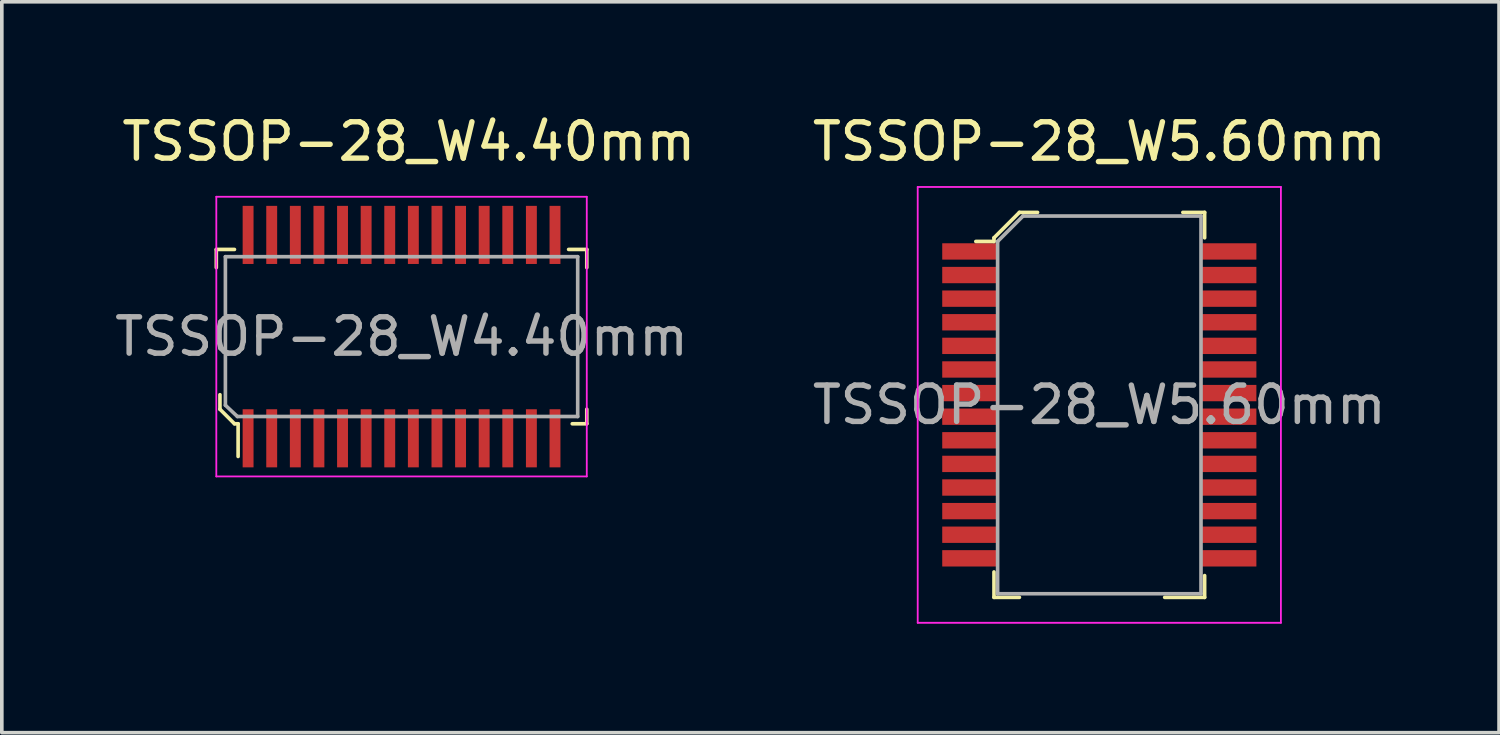
<source format=kicad_pcb>
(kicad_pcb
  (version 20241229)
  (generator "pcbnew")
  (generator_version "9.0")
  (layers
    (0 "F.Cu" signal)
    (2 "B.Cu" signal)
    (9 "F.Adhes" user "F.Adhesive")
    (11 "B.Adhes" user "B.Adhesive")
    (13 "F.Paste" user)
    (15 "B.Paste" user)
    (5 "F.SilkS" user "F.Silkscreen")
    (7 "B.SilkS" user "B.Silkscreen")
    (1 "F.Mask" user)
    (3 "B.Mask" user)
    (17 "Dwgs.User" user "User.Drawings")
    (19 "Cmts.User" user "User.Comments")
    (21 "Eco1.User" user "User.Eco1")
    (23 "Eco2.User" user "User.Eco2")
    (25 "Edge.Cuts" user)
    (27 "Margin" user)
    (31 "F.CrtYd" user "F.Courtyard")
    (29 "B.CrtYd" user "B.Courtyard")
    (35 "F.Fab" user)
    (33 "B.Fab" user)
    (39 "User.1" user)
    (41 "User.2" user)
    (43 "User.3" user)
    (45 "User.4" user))
  (footprint "TSSOP-28_W4.40mm"
    (layer "F.Cu")
    (at 8.006 6.218)
    (property "Reference" "TSSOP-28_W4.40mm" (at 0.2 -5.37 0) (layer "F.SilkS") (effects (font (size 1 1) (thickness 0.15))))
    (attr smd)
    (fp_line (start -5.1 -2.4) (end -5.1 -1.9) (stroke (width 0.1) (type solid)) (layer "F.SilkS"))
    (fp_line (start -5 1.6) (end -5 2) (stroke (width 0.1) (type solid)) (layer "F.SilkS"))
    (fp_line (start -5 2) (end -4.6 2.4) (stroke (width 0.1) (type solid)) (layer "F.SilkS"))
    (fp_line (start -4.6 -2.4) (end -5.1 -2.4) (stroke (width 0.1) (type solid)) (layer "F.SilkS"))
    (fp_line (start -4.6 2.4) (end -4.5 2.4) (stroke (width 0.1) (type solid)) (layer "F.SilkS"))
    (fp_line (start -4.5 2.4) (end -4.5 3.3) (stroke (width 0.1) (type solid)) (layer "F.SilkS"))
    (fp_line (start 4.6 -2.4) (end 5.1 -2.4) (stroke (width 0.1) (type solid)) (layer "F.SilkS"))
    (fp_line (start 5.1 -2.4) (end 5.1 -1.9) (stroke (width 0.1) (type solid)) (layer "F.SilkS"))
    (fp_line (start 5.1 2) (end 5.1 2.4) (stroke (width 0.1) (type solid)) (layer "F.SilkS"))
    (fp_line (start 5.1 2.4) (end 4.7 2.4) (stroke (width 0.1) (type solid)) (layer "F.SilkS"))
    (fp_line (start -5.1 -3.85) (end -5.1 3.85) (stroke (width 0.05) (type solid)) (layer "F.CrtYd"))
    (fp_line (start -5.1 -3.85) (end 5.1 -3.85) (stroke (width 0.05) (type solid)) (layer "F.CrtYd"))
    (fp_line (start -5.1 3.85) (end 5.1 3.85) (stroke (width 0.05) (type solid)) (layer "F.CrtYd"))
    (fp_line (start 5.1 -3.85) (end 5.1 3.85) (stroke (width 0.05) (type solid)) (layer "F.CrtYd"))
    (fp_line (start -4.85 -2.2) (end 4.85 -2.2) (stroke (width 0.1) (type solid)) (layer "F.Fab"))
    (fp_line (start -4.85 1.89) (end -4.85 -2.2) (stroke (width 0.1) (type solid)) (layer "F.Fab"))
    (fp_line (start -4.85 1.89) (end -4.52 2.2) (stroke (width 0.1) (type solid)) (layer "F.Fab"))
    (fp_line (start -4.52 2.2) (end 4.85 2.2) (stroke (width 0.1) (type solid)) (layer "F.Fab"))
    (fp_line (start 4.85 -2.2) (end 4.85 2.2) (stroke (width 0.1) (type solid)) (layer "F.Fab"))
    (fp_text user "${REFERENCE}" (at 0 0 0) (layer "F.Fab") (effects (font (size 1 1) (thickness 0.15))))
    (pad "1" smd rect (at -4.225 2.8) (size 0.3 1.6) (layers "F.Cu" "F.Mask" "F.Paste"))
    (pad "2" smd rect (at -3.575 2.8) (size 0.3 1.6) (layers "F.Cu" "F.Mask" "F.Paste"))
    (pad "3" smd rect (at -2.925 2.8) (size 0.3 1.6) (layers "F.Cu" "F.Mask" "F.Paste"))
    (pad "4" smd rect (at -2.275 2.8) (size 0.3 1.6) (layers "F.Cu" "F.Mask" "F.Paste"))
    (pad "5" smd rect (at -1.625 2.8) (size 0.3 1.6) (layers "F.Cu" "F.Mask" "F.Paste"))
    (pad "6" smd rect (at -0.975 2.8) (size 0.3 1.6) (layers "F.Cu" "F.Mask" "F.Paste"))
    (pad "7" smd rect (at -0.325 2.8) (size 0.3 1.6) (layers "F.Cu" "F.Mask" "F.Paste"))
    (pad "8" smd rect (at 0.325 2.8) (size 0.3 1.6) (layers "F.Cu" "F.Mask" "F.Paste"))
    (pad "9" smd rect (at 0.975 2.8) (size 0.3 1.6) (layers "F.Cu" "F.Mask" "F.Paste"))
    (pad "10" smd rect (at 1.625 2.8) (size 0.3 1.6) (layers "F.Cu" "F.Mask" "F.Paste"))
    (pad "11" smd rect (at 2.275 2.8) (size 0.3 1.6) (layers "F.Cu" "F.Mask" "F.Paste"))
    (pad "12" smd rect (at 2.925 2.8) (size 0.3 1.6) (layers "F.Cu" "F.Mask" "F.Paste"))
    (pad "13" smd rect (at 3.575 2.8) (size 0.3 1.6) (layers "F.Cu" "F.Mask" "F.Paste"))
    (pad "14" smd rect (at 4.225 2.8) (size 0.3 1.6) (layers "F.Cu" "F.Mask" "F.Paste"))
    (pad "15" smd rect (at 4.225 -2.8) (size 0.3 1.6) (layers "F.Cu" "F.Mask" "F.Paste"))
    (pad "16" smd rect (at 3.575 -2.8) (size 0.3 1.6) (layers "F.Cu" "F.Mask" "F.Paste"))
    (pad "17" smd rect (at 2.925 -2.8) (size 0.3 1.6) (layers "F.Cu" "F.Mask" "F.Paste"))
    (pad "18" smd rect (at 2.275 -2.8) (size 0.3 1.6) (layers "F.Cu" "F.Mask" "F.Paste"))
    (pad "19" smd rect (at 1.625 -2.8) (size 0.3 1.6) (layers "F.Cu" "F.Mask" "F.Paste"))
    (pad "20" smd rect (at 0.975 -2.8) (size 0.3 1.6) (layers "F.Cu" "F.Mask" "F.Paste"))
    (pad "21" smd rect (at 0.325 -2.8) (size 0.3 1.6) (layers "F.Cu" "F.Mask" "F.Paste"))
    (pad "22" smd rect (at -0.325 -2.8) (size 0.3 1.6) (layers "F.Cu" "F.Mask" "F.Paste"))
    (pad "23" smd rect (at -0.975 -2.8) (size 0.3 1.6) (layers "F.Cu" "F.Mask" "F.Paste"))
    (pad "24" smd rect (at -1.625 -2.8) (size 0.3 1.6) (layers "F.Cu" "F.Mask" "F.Paste"))
    (pad "25" smd rect (at -2.275 -2.8) (size 0.3 1.6) (layers "F.Cu" "F.Mask" "F.Paste"))
    (pad "26" smd rect (at -2.925 -2.8) (size 0.3 1.6) (layers "F.Cu" "F.Mask" "F.Paste"))
    (pad "27" smd rect (at -3.575 -2.8) (size 0.3 1.6) (layers "F.Cu" "F.Mask" "F.Paste"))
    (pad "28" smd rect (at -4.225 -2.8) (size 0.3 1.6) (layers "F.Cu" "F.Mask" "F.Paste")))
  (footprint "TSSOP-28_W5.60mm"
    (layer "F.Cu")
    (at 27.218 8.098)
    (property "Reference" "TSSOP-28_W5.60mm" (at 0 -7.25 0) (layer "F.SilkS") (effects (font (size 1 1) (thickness 0.15))))
    (attr through_hole)
    (fp_line (start -2.9 -4.6) (end -2.9 -4.5) (stroke (width 0.1) (type solid)) (layer "F.SilkS"))
    (fp_line (start -2.9 -4.5) (end -3.4 -4.5) (stroke (width 0.1) (type solid)) (layer "F.SilkS"))
    (fp_line (start -2.9 4.6) (end -2.9 5.3) (stroke (width 0.1) (type solid)) (layer "F.SilkS"))
    (fp_line (start -2.9 5.3) (end -2.2 5.3) (stroke (width 0.1) (type solid)) (layer "F.SilkS"))
    (fp_line (start -2.2 -5.3) (end -2.9 -4.6) (stroke (width 0.1) (type solid)) (layer "F.SilkS"))
    (fp_line (start -1.7 -5.3) (end -2.2 -5.3) (stroke (width 0.1) (type solid)) (layer "F.SilkS"))
    (fp_line (start 2.3 -5.3) (end 2.9 -5.3) (stroke (width 0.1) (type solid)) (layer "F.SilkS"))
    (fp_line (start 2.9 -5.3) (end 2.9 -4.6) (stroke (width 0.1) (type solid)) (layer "F.SilkS"))
    (fp_line (start 2.9 4.7) (end 2.9 5.3) (stroke (width 0.1) (type solid)) (layer "F.SilkS"))
    (fp_line (start 2.9 5.3) (end 1.8 5.3) (stroke (width 0.1) (type solid)) (layer "F.SilkS"))
    (fp_line (start -5 -6) (end -5 6) (stroke (width 0.05) (type solid)) (layer "F.CrtYd"))
    (fp_line (start -5 -6) (end 5 -6) (stroke (width 0.05) (type solid)) (layer "F.CrtYd"))
    (fp_line (start -5 6) (end 5 6) (stroke (width 0.05) (type solid)) (layer "F.CrtYd"))
    (fp_line (start 5 -6) (end 5 6) (stroke (width 0.05) (type solid)) (layer "F.CrtYd"))
    (fp_line (start -2.8 -4.5) (end -2.8 5.2) (stroke (width 0.1) (type solid)) (layer "F.Fab"))
    (fp_line (start -2.8 -4.5) (end -2.1 -5.2) (stroke (width 0.1) (type solid)) (layer "F.Fab"))
    (fp_line (start -2.8 5.2) (end 2.8 5.2) (stroke (width 0.1) (type solid)) (layer "F.Fab"))
    (fp_line (start 2.8 -5.2) (end -2.1 -5.2) (stroke (width 0.1) (type solid)) (layer "F.Fab"))
    (fp_line (start 2.8 -5.2) (end 2.8 5.2) (stroke (width 0.1) (type solid)) (layer "F.Fab"))
    (fp_text user "${REFERENCE}" (at 0 0 0) (layer "F.Fab") (effects (font (size 1 1) (thickness 0.15))))
    (pad "1" smd rect (at -3.575 -4.225) (size 1.5 0.45) (layers "F.Cu" "F.Mask" "F.Paste"))
    (pad "2" smd rect (at -3.575 -3.575) (size 1.5 0.45) (layers "F.Cu" "F.Mask" "F.Paste"))
    (pad "3" smd rect (at -3.575 -2.925) (size 1.5 0.45) (layers "F.Cu" "F.Mask" "F.Paste"))
    (pad "4" smd rect (at -3.575 -2.275) (size 1.5 0.45) (layers "F.Cu" "F.Mask" "F.Paste"))
    (pad "5" smd rect (at -3.575 -1.625) (size 1.5 0.45) (layers "F.Cu" "F.Mask" "F.Paste"))
    (pad "6" smd rect (at -3.575 -0.975) (size 1.5 0.45) (layers "F.Cu" "F.Mask" "F.Paste"))
    (pad "7" smd rect (at -3.575 -0.325) (size 1.5 0.45) (layers "F.Cu" "F.Mask" "F.Paste"))
    (pad "8" smd rect (at -3.575 0.325) (size 1.5 0.45) (layers "F.Cu" "F.Mask" "F.Paste"))
    (pad "9" smd rect (at -3.575 0.975) (size 1.5 0.45) (layers "F.Cu" "F.Mask" "F.Paste"))
    (pad "10" smd rect (at -3.575 1.625) (size 1.5 0.45) (layers "F.Cu" "F.Mask" "F.Paste"))
    (pad "11" smd rect (at -3.575 2.275) (size 1.5 0.45) (layers "F.Cu" "F.Mask" "F.Paste"))
    (pad "12" smd rect (at -3.575 2.925) (size 1.5 0.45) (layers "F.Cu" "F.Mask" "F.Paste"))
    (pad "13" smd rect (at -3.575 3.575) (size 1.5 0.45) (layers "F.Cu" "F.Mask" "F.Paste"))
    (pad "14" smd rect (at -3.575 4.225) (size 1.5 0.45) (layers "F.Cu" "F.Mask" "F.Paste"))
    (pad "15" smd rect (at 3.575 4.225) (size 1.5 0.45) (layers "F.Cu" "F.Mask" "F.Paste"))
    (pad "16" smd rect (at 3.575 3.575) (size 1.5 0.45) (layers "F.Cu" "F.Mask" "F.Paste"))
    (pad "17" smd rect (at 3.575 2.925) (size 1.5 0.45) (layers "F.Cu" "F.Mask" "F.Paste"))
    (pad "18" smd rect (at 3.575 2.275) (size 1.5 0.45) (layers "F.Cu" "F.Mask" "F.Paste"))
    (pad "19" smd rect (at 3.575 1.625) (size 1.5 0.45) (layers "F.Cu" "F.Mask" "F.Paste"))
    (pad "20" smd rect (at 3.575 0.975) (size 1.5 0.45) (layers "F.Cu" "F.Mask" "F.Paste"))
    (pad "21" smd rect (at 3.575 0.325) (size 1.5 0.45) (layers "F.Cu" "F.Mask" "F.Paste"))
    (pad "22" smd rect (at 3.575 -0.325) (size 1.5 0.45) (layers "F.Cu" "F.Mask" "F.Paste"))
    (pad "23" smd rect (at 3.575 -0.975) (size 1.5 0.45) (layers "F.Cu" "F.Mask" "F.Paste"))
    (pad "24" smd rect (at 3.575 -1.625) (size 1.5 0.45) (layers "F.Cu" "F.Mask" "F.Paste"))
    (pad "25" smd rect (at 3.575 -2.275) (size 1.5 0.45) (layers "F.Cu" "F.Mask" "F.Paste"))
    (pad "26" smd rect (at 3.575 -2.925) (size 1.5 0.45) (layers "F.Cu" "F.Mask" "F.Paste"))
    (pad "27" smd rect (at 3.575 -3.575) (size 1.5 0.45) (layers "F.Cu" "F.Mask" "F.Paste"))
    (pad "28" smd rect (at 3.575 -4.225) (size 1.5 0.45) (layers "F.Cu" "F.Mask" "F.Paste")))
  (gr_rect
    (start -3 -3)
    (end 38.224 17.123)
    (stroke (width 0.1) (type default))
    (fill no)
    (layer "Edge.Cuts")))
</source>
